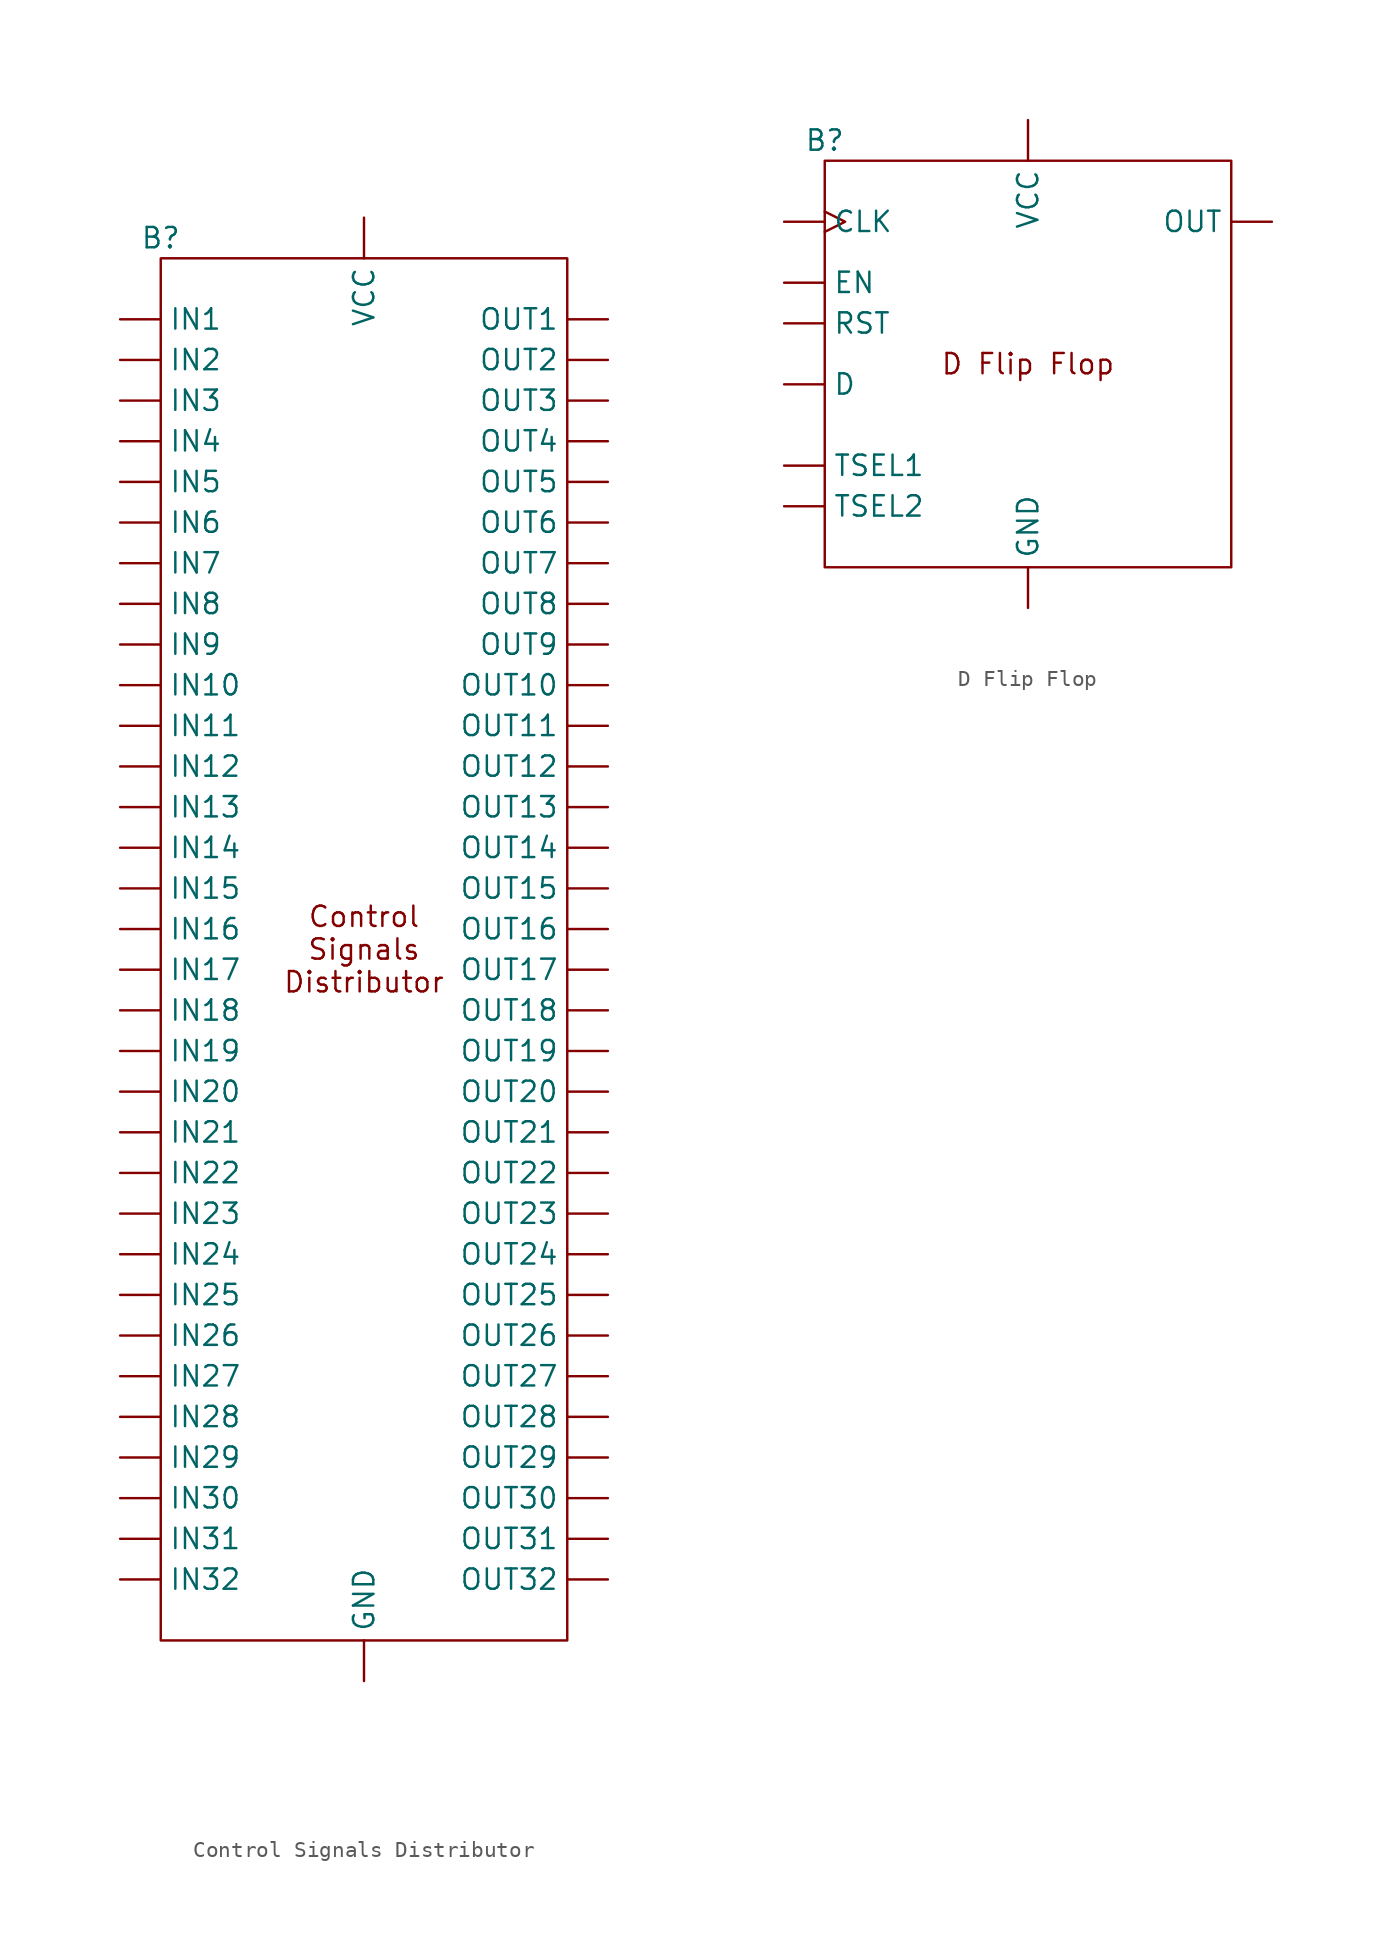
<source format=kicad_sym>
(kicad_symbol_lib
  (version 20220914)
  (generator kicad_symbol_editor)
  (symbol "Control Signals Distributor"
    (property "Reference" "B"
      (at -12.7 44.45 0)
      (effects (font (size 1.27 1.27))))
    (property "Value" ""
      (at 0 30.48 0)
      (effects (font (size 1.27 1.27))))
    (symbol "Control Signals Distributor_0_1"
      (rectangle (start -12.7 43.18) (end 12.7 -43.18) (stroke (width 0) (type default)) (fill (type none))))
    (symbol "Control Signals Distributor_1_1"
      (text "Control\nSignals\nDistributor" (at 0 0 0) (effects (font (size 1.27 1.27))))
      (pin power_in line (at 0 -45.72 90) (length 2.54) (name "GND" (effects (font (size 1.27 1.27)))) (number "" (effects (font (size 1.27 1.27)))))
      (pin bidirectional line (at -15.24 39.37 0) (length 2.54) (name "IN1" (effects (font (size 1.27 1.27)))) (number "" (effects (font (size 1.27 1.27)))))
      (pin bidirectional line (at -15.24 16.51 0) (length 2.54) (name "IN10" (effects (font (size 1.27 1.27)))) (number "" (effects (font (size 1.27 1.27)))))
      (pin bidirectional line (at -15.24 13.97 0) (length 2.54) (name "IN11" (effects (font (size 1.27 1.27)))) (number "" (effects (font (size 1.27 1.27)))))
      (pin bidirectional line (at -15.24 11.43 0) (length 2.54) (name "IN12" (effects (font (size 1.27 1.27)))) (number "" (effects (font (size 1.27 1.27)))))
      (pin bidirectional line (at -15.24 8.89 0) (length 2.54) (name "IN13" (effects (font (size 1.27 1.27)))) (number "" (effects (font (size 1.27 1.27)))))
      (pin bidirectional line (at -15.24 6.35 0) (length 2.54) (name "IN14" (effects (font (size 1.27 1.27)))) (number "" (effects (font (size 1.27 1.27)))))
      (pin bidirectional line (at -15.24 3.81 0) (length 2.54) (name "IN15" (effects (font (size 1.27 1.27)))) (number "" (effects (font (size 1.27 1.27)))))
      (pin bidirectional line (at -15.24 1.27 0) (length 2.54) (name "IN16" (effects (font (size 1.27 1.27)))) (number "" (effects (font (size 1.27 1.27)))))
      (pin bidirectional line (at -15.24 -1.27 0) (length 2.54) (name "IN17" (effects (font (size 1.27 1.27)))) (number "" (effects (font (size 1.27 1.27)))))
      (pin bidirectional line (at -15.24 -3.81 0) (length 2.54) (name "IN18" (effects (font (size 1.27 1.27)))) (number "" (effects (font (size 1.27 1.27)))))
      (pin bidirectional line (at -15.24 -6.35 0) (length 2.54) (name "IN19" (effects (font (size 1.27 1.27)))) (number "" (effects (font (size 1.27 1.27)))))
      (pin bidirectional line (at -15.24 36.83 0) (length 2.54) (name "IN2" (effects (font (size 1.27 1.27)))) (number "" (effects (font (size 1.27 1.27)))))
      (pin bidirectional line (at -15.24 -8.89 0) (length 2.54) (name "IN20" (effects (font (size 1.27 1.27)))) (number "" (effects (font (size 1.27 1.27)))))
      (pin bidirectional line (at -15.24 -11.43 0) (length 2.54) (name "IN21" (effects (font (size 1.27 1.27)))) (number "" (effects (font (size 1.27 1.27)))))
      (pin bidirectional line (at -15.24 -13.97 0) (length 2.54) (name "IN22" (effects (font (size 1.27 1.27)))) (number "" (effects (font (size 1.27 1.27)))))
      (pin bidirectional line (at -15.24 -16.51 0) (length 2.54) (name "IN23" (effects (font (size 1.27 1.27)))) (number "" (effects (font (size 1.27 1.27)))))
      (pin bidirectional line (at -15.24 -19.05 0) (length 2.54) (name "IN24" (effects (font (size 1.27 1.27)))) (number "" (effects (font (size 1.27 1.27)))))
      (pin bidirectional line (at -15.24 -21.59 0) (length 2.54) (name "IN25" (effects (font (size 1.27 1.27)))) (number "" (effects (font (size 1.27 1.27)))))
      (pin bidirectional line (at -15.24 -24.13 0) (length 2.54) (name "IN26" (effects (font (size 1.27 1.27)))) (number "" (effects (font (size 1.27 1.27)))))
      (pin bidirectional line (at -15.24 -26.67 0) (length 2.54) (name "IN27" (effects (font (size 1.27 1.27)))) (number "" (effects (font (size 1.27 1.27)))))
      (pin bidirectional line (at -15.24 -29.21 0) (length 2.54) (name "IN28" (effects (font (size 1.27 1.27)))) (number "" (effects (font (size 1.27 1.27)))))
      (pin bidirectional line (at -15.24 -31.75 0) (length 2.54) (name "IN29" (effects (font (size 1.27 1.27)))) (number "" (effects (font (size 1.27 1.27)))))
      (pin bidirectional line (at -15.24 34.29 0) (length 2.54) (name "IN3" (effects (font (size 1.27 1.27)))) (number "" (effects (font (size 1.27 1.27)))))
      (pin bidirectional line (at -15.24 -34.29 0) (length 2.54) (name "IN30" (effects (font (size 1.27 1.27)))) (number "" (effects (font (size 1.27 1.27)))))
      (pin bidirectional line (at -15.24 -36.83 0) (length 2.54) (name "IN31" (effects (font (size 1.27 1.27)))) (number "" (effects (font (size 1.27 1.27)))))
      (pin bidirectional line (at -15.24 -39.37 0) (length 2.54) (name "IN32" (effects (font (size 1.27 1.27)))) (number "" (effects (font (size 1.27 1.27)))))
      (pin bidirectional line (at -15.24 31.75 0) (length 2.54) (name "IN4" (effects (font (size 1.27 1.27)))) (number "" (effects (font (size 1.27 1.27)))))
      (pin bidirectional line (at -15.24 29.21 0) (length 2.54) (name "IN5" (effects (font (size 1.27 1.27)))) (number "" (effects (font (size 1.27 1.27)))))
      (pin bidirectional line (at -15.24 26.67 0) (length 2.54) (name "IN6" (effects (font (size 1.27 1.27)))) (number "" (effects (font (size 1.27 1.27)))))
      (pin bidirectional line (at -15.24 24.13 0) (length 2.54) (name "IN7" (effects (font (size 1.27 1.27)))) (number "" (effects (font (size 1.27 1.27)))))
      (pin bidirectional line (at -15.24 21.59 0) (length 2.54) (name "IN8" (effects (font (size 1.27 1.27)))) (number "" (effects (font (size 1.27 1.27)))))
      (pin bidirectional line (at -15.24 19.05 0) (length 2.54) (name "IN9" (effects (font (size 1.27 1.27)))) (number "" (effects (font (size 1.27 1.27)))))
      (pin output line (at 15.24 39.37 180) (length 2.54) (name "OUT1" (effects (font (size 1.27 1.27)))) (number "" (effects (font (size 1.27 1.27)))))
      (pin output line (at 15.24 16.51 180) (length 2.54) (name "OUT10" (effects (font (size 1.27 1.27)))) (number "" (effects (font (size 1.27 1.27)))))
      (pin output line (at 15.24 13.97 180) (length 2.54) (name "OUT11" (effects (font (size 1.27 1.27)))) (number "" (effects (font (size 1.27 1.27)))))
      (pin output line (at 15.24 11.43 180) (length 2.54) (name "OUT12" (effects (font (size 1.27 1.27)))) (number "" (effects (font (size 1.27 1.27)))))
      (pin output line (at 15.24 8.89 180) (length 2.54) (name "OUT13" (effects (font (size 1.27 1.27)))) (number "" (effects (font (size 1.27 1.27)))))
      (pin output line (at 15.24 6.35 180) (length 2.54) (name "OUT14" (effects (font (size 1.27 1.27)))) (number "" (effects (font (size 1.27 1.27)))))
      (pin output line (at 15.24 3.81 180) (length 2.54) (name "OUT15" (effects (font (size 1.27 1.27)))) (number "" (effects (font (size 1.27 1.27)))))
      (pin output line (at 15.24 1.27 180) (length 2.54) (name "OUT16" (effects (font (size 1.27 1.27)))) (number "" (effects (font (size 1.27 1.27)))))
      (pin output line (at 15.24 -1.27 180) (length 2.54) (name "OUT17" (effects (font (size 1.27 1.27)))) (number "" (effects (font (size 1.27 1.27)))))
      (pin output line (at 15.24 -3.81 180) (length 2.54) (name "OUT18" (effects (font (size 1.27 1.27)))) (number "" (effects (font (size 1.27 1.27)))))
      (pin output line (at 15.24 -6.35 180) (length 2.54) (name "OUT19" (effects (font (size 1.27 1.27)))) (number "" (effects (font (size 1.27 1.27)))))
      (pin output line (at 15.24 36.83 180) (length 2.54) (name "OUT2" (effects (font (size 1.27 1.27)))) (number "" (effects (font (size 1.27 1.27)))))
      (pin output line (at 15.24 -8.89 180) (length 2.54) (name "OUT20" (effects (font (size 1.27 1.27)))) (number "" (effects (font (size 1.27 1.27)))))
      (pin output line (at 15.24 -11.43 180) (length 2.54) (name "OUT21" (effects (font (size 1.27 1.27)))) (number "" (effects (font (size 1.27 1.27)))))
      (pin output line (at 15.24 -13.97 180) (length 2.54) (name "OUT22" (effects (font (size 1.27 1.27)))) (number "" (effects (font (size 1.27 1.27)))))
      (pin output line (at 15.24 -16.51 180) (length 2.54) (name "OUT23" (effects (font (size 1.27 1.27)))) (number "" (effects (font (size 1.27 1.27)))))
      (pin output line (at 15.24 -19.05 180) (length 2.54) (name "OUT24" (effects (font (size 1.27 1.27)))) (number "" (effects (font (size 1.27 1.27)))))
      (pin output line (at 15.24 -21.59 180) (length 2.54) (name "OUT25" (effects (font (size 1.27 1.27)))) (number "" (effects (font (size 1.27 1.27)))))
      (pin output line (at 15.24 -24.13 180) (length 2.54) (name "OUT26" (effects (font (size 1.27 1.27)))) (number "" (effects (font (size 1.27 1.27)))))
      (pin output line (at 15.24 -26.67 180) (length 2.54) (name "OUT27" (effects (font (size 1.27 1.27)))) (number "" (effects (font (size 1.27 1.27)))))
      (pin output line (at 15.24 -29.21 180) (length 2.54) (name "OUT28" (effects (font (size 1.27 1.27)))) (number "" (effects (font (size 1.27 1.27)))))
      (pin output line (at 15.24 -31.75 180) (length 2.54) (name "OUT29" (effects (font (size 1.27 1.27)))) (number "" (effects (font (size 1.27 1.27)))))
      (pin output line (at 15.24 34.29 180) (length 2.54) (name "OUT3" (effects (font (size 1.27 1.27)))) (number "" (effects (font (size 1.27 1.27)))))
      (pin output line (at 15.24 -34.29 180) (length 2.54) (name "OUT30" (effects (font (size 1.27 1.27)))) (number "" (effects (font (size 1.27 1.27)))))
      (pin output line (at 15.24 -36.83 180) (length 2.54) (name "OUT31" (effects (font (size 1.27 1.27)))) (number "" (effects (font (size 1.27 1.27)))))
      (pin output line (at 15.24 -39.37 180) (length 2.54) (name "OUT32" (effects (font (size 1.27 1.27)))) (number "" (effects (font (size 1.27 1.27)))))
      (pin output line (at 15.24 31.75 180) (length 2.54) (name "OUT4" (effects (font (size 1.27 1.27)))) (number "" (effects (font (size 1.27 1.27)))))
      (pin output line (at 15.24 29.21 180) (length 2.54) (name "OUT5" (effects (font (size 1.27 1.27)))) (number "" (effects (font (size 1.27 1.27)))))
      (pin output line (at 15.24 26.67 180) (length 2.54) (name "OUT6" (effects (font (size 1.27 1.27)))) (number "" (effects (font (size 1.27 1.27)))))
      (pin output line (at 15.24 24.13 180) (length 2.54) (name "OUT7" (effects (font (size 1.27 1.27)))) (number "" (effects (font (size 1.27 1.27)))))
      (pin output line (at 15.24 21.59 180) (length 2.54) (name "OUT8" (effects (font (size 1.27 1.27)))) (number "" (effects (font (size 1.27 1.27)))))
      (pin output line (at 15.24 19.05 180) (length 2.54) (name "OUT9" (effects (font (size 1.27 1.27)))) (number "" (effects (font (size 1.27 1.27)))))
      (pin power_in line (at 0 45.72 270) (length 2.54) (name "VCC" (effects (font (size 1.27 1.27)))) (number "" (effects (font (size 1.27 1.27)))))))
  (symbol "D Flip Flop"
    (property "Reference" "B"
      (at -12.7 13.97 0)
      (effects (font (size 1.27 1.27))))
    (property "Value" ""
      (at 0 0 0)
      (effects (font (size 1.27 1.27))))
    (symbol "D Flip Flop_0_1"
      (rectangle (start -12.7 12.7) (end 12.7 -12.7) (stroke (width 0) (type default)) (fill (type none))))
    (symbol "D Flip Flop_1_1"
      (text "D Flip Flop" (at 0 0 0) (effects (font (size 1.27 1.27))))
      (pin input clock (at -15.24 8.89 0) (length 2.54) (name "CLK" (effects (font (size 1.27 1.27)))) (number "" (effects (font (size 1.27 1.27)))))
      (pin input line (at -15.24 -1.27 0) (length 2.54) (name "D" (effects (font (size 1.27 1.27)))) (number "" (effects (font (size 1.27 1.27)))))
      (pin input line (at -15.24 5.08 0) (length 2.54) (name "EN" (effects (font (size 1.27 1.27)))) (number "" (effects (font (size 1.27 1.27)))))
      (pin power_in line (at 0 -15.24 90) (length 2.54) (name "GND" (effects (font (size 1.27 1.27)))) (number "" (effects (font (size 1.27 1.27)))))
      (pin output line (at 15.24 8.89 180) (length 2.54) (name "OUT" (effects (font (size 1.27 1.27)))) (number "" (effects (font (size 1.27 1.27)))))
      (pin input line (at -15.24 2.54 0) (length 2.54) (name "RST" (effects (font (size 1.27 1.27)))) (number "" (effects (font (size 1.27 1.27)))))
      (pin passive line (at -15.24 -6.35 0) (length 2.54) (name "TSEL1" (effects (font (size 1.27 1.27)))) (number "" (effects (font (size 1.27 1.27)))))
      (pin passive line (at -15.24 -8.89 0) (length 2.54) (name "TSEL2" (effects (font (size 1.27 1.27)))) (number "" (effects (font (size 1.27 1.27)))))
      (pin power_in line (at 0 15.24 270) (length 2.54) (name "VCC" (effects (font (size 1.27 1.27)))) (number "" (effects (font (size 1.27 1.27))))))))
</source>
